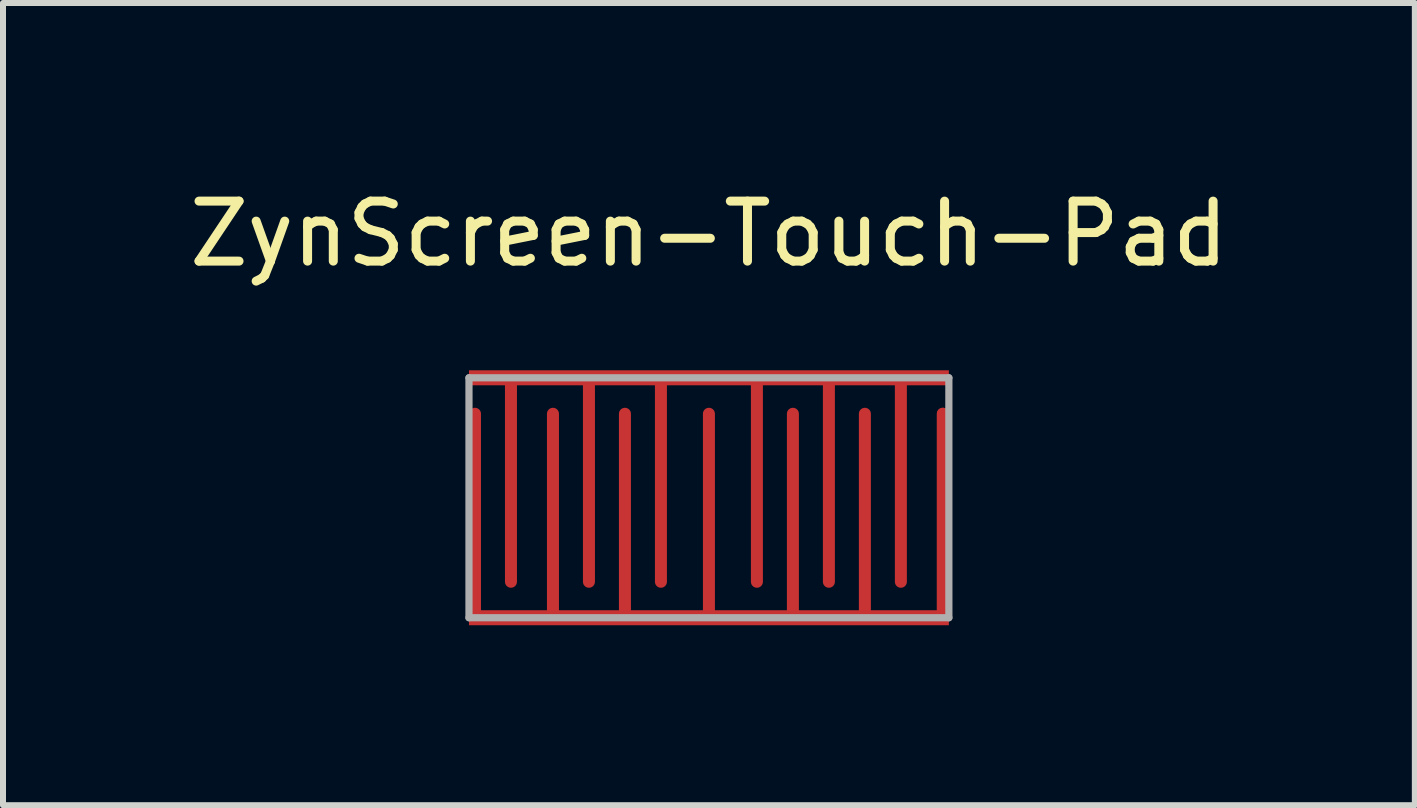
<source format=kicad_pcb>
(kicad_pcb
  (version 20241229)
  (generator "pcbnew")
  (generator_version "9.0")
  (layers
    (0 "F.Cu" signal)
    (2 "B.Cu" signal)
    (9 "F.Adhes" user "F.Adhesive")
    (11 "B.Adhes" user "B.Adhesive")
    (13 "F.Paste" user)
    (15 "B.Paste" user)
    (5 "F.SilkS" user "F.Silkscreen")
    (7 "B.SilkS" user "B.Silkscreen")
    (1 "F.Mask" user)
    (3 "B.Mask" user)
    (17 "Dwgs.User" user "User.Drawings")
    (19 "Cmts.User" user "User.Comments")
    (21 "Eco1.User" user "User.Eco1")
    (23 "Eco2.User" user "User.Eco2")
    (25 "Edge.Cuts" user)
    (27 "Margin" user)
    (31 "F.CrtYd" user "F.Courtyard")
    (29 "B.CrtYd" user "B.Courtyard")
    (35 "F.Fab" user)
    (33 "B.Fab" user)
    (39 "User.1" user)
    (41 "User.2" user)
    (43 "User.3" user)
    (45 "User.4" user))
  (footprint "ZynScreen-Touch-Pad"
    (layer "F.Cu")
    (at 8.768 5.248)
    (property "Reference" "ZynScreen-Touch-Pad" (at 0 -4.4 0) (layer "F.SilkS") (effects (font (size 1 1) (thickness 0.15))))
    (attr through_hole)
    (fp_line (start -3.9 2) (end -3.9 -1.4) (stroke (width 0.2) (type solid)) (layer "F.Cu"))
    (fp_line (start -3.3 1.4) (end -3.3 -2) (stroke (width 0.2) (type solid)) (layer "F.Cu"))
    (fp_line (start -2.6 2) (end -2.6 -1.4) (stroke (width 0.2) (type solid)) (layer "F.Cu"))
    (fp_line (start -2 1.4) (end -2 -2) (stroke (width 0.2) (type solid)) (layer "F.Cu"))
    (fp_line (start -1.4 2) (end -1.4 -1.4) (stroke (width 0.2) (type solid)) (layer "F.Cu"))
    (fp_line (start -0.8 1.4) (end -0.8 -2) (stroke (width 0.2) (type solid)) (layer "F.Cu"))
    (fp_line (start 0 2) (end 0 -1.4) (stroke (width 0.2) (type solid)) (layer "F.Cu"))
    (fp_line (start 0.8 -2) (end 0.8 1.4) (stroke (width 0.2) (type solid)) (layer "F.Cu"))
    (fp_line (start 1.4 2) (end 1.4 -1.4) (stroke (width 0.2) (type solid)) (layer "F.Cu"))
    (fp_line (start 2 -2) (end 2 1.4) (stroke (width 0.2) (type solid)) (layer "F.Cu"))
    (fp_line (start 2.6 2) (end 2.6 -1.4) (stroke (width 0.2) (type solid)) (layer "F.Cu"))
    (fp_line (start 3.2 -2) (end 3.2 1.4) (stroke (width 0.2) (type solid)) (layer "F.Cu"))
    (fp_line (start 3.9 2) (end 3.9 -1.4) (stroke (width 0.2) (type solid)) (layer "F.Cu"))
    (fp_line (start 3.9 2) (end 3.9 -1.4) (stroke (width 0.2) (type solid)) (layer "F.Cu"))
    (fp_poly (pts (xy 4 2) (xy -4 2) (xy -4 -2) (xy 4 -2)) (stroke (width 0.1) (type solid)) (fill yes) (layer "F.Mask"))
    (fp_line (start -4 -2) (end 4 -2) (stroke (width 0.12) (type solid)) (layer "F.Fab"))
    (fp_line (start -4 2) (end -4 -2) (stroke (width 0.12) (type solid)) (layer "F.Fab"))
    (fp_line (start 4 -2) (end 4 2) (stroke (width 0.12) (type solid)) (layer "F.Fab"))
    (fp_line (start 4 2) (end -4 2) (stroke (width 0.12) (type solid)) (layer "F.Fab"))
    (pad "1" smd rect (at 0 2) (size 8 0.25) (layers "F.Cu" "F.Mask" "F.Paste"))
    (pad "2" smd rect (at 0 -2) (size 8 0.25) (layers "F.Cu" "F.Mask" "F.Paste")))
  (gr_rect
    (start -3 -3)
    (end 20.536 10.373)
    (stroke (width 0.1) (type default))
    (fill no)
    (layer "Edge.Cuts")))
</source>
